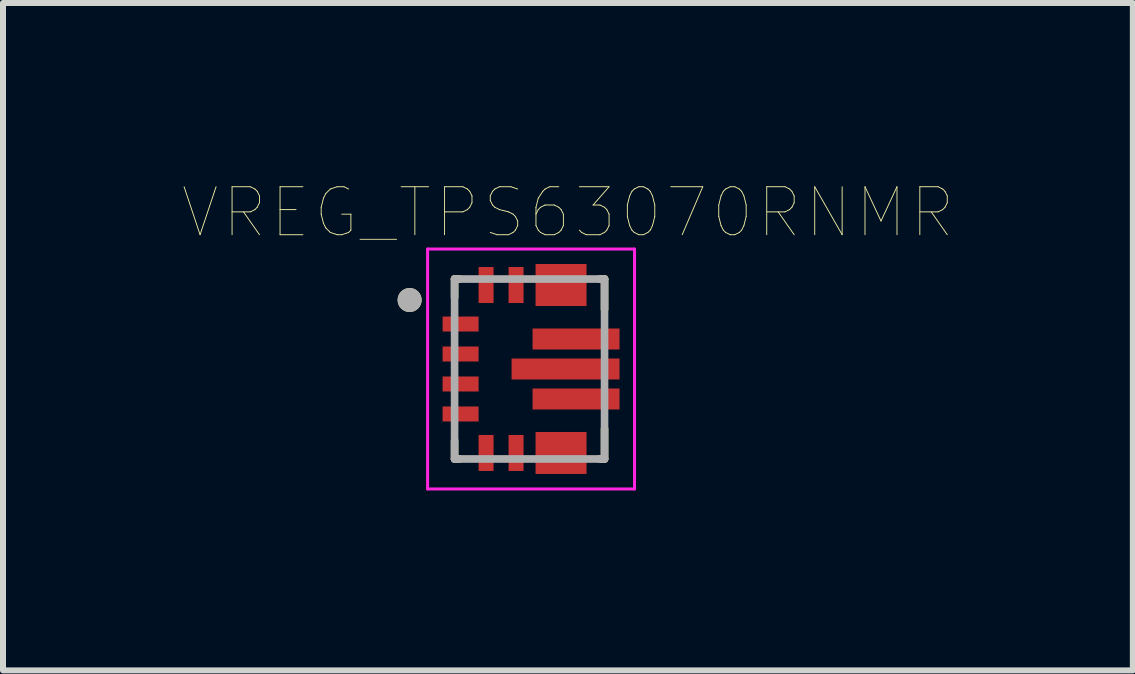
<source format=kicad_pcb>
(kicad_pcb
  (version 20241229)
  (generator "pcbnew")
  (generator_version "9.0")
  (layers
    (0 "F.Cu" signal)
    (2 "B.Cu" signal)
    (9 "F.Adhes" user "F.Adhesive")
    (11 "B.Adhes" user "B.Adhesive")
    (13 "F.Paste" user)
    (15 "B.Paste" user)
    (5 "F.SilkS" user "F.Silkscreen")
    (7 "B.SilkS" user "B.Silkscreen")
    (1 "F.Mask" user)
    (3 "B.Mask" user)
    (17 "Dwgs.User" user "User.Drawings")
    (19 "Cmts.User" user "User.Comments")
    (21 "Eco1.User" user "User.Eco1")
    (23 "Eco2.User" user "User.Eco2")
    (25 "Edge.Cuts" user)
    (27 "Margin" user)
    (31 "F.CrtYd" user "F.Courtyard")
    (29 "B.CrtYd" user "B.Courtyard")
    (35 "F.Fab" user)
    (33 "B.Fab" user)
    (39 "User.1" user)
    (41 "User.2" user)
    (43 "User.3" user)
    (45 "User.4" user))
  (footprint "VREG_TPS63070RNMR"
    (layer "F.Cu")
    (at 5.779 3.102)
    (property "Reference" "VREG_TPS63070RNMR" (at 0.64 -2.608 0) (layer "F.SilkS") (effects (font (size 0.8 0.8) (thickness 0.015))))
    (attr through_hole)
    (fp_poly (pts (xy -1.5 -0.925) (xy -0.8 -0.925) (xy -0.8 -0.575) (xy -1.5 -0.575)) (stroke (width 0.01) (type solid)) (fill yes) (layer "F.Mask"))
    (fp_poly (pts (xy -1.5 -0.425) (xy -0.8 -0.425) (xy -0.8 -0.075) (xy -1.5 -0.075)) (stroke (width 0.01) (type solid)) (fill yes) (layer "F.Mask"))
    (fp_poly (pts (xy -1.5 0.075) (xy -0.8 0.075) (xy -0.8 0.425) (xy -1.5 0.425)) (stroke (width 0.01) (type solid)) (fill yes) (layer "F.Mask"))
    (fp_poly (pts (xy -1.5 0.575) (xy -0.8 0.575) (xy -0.8 0.925) (xy -1.5 0.925)) (stroke (width 0.01) (type solid)) (fill yes) (layer "F.Mask"))
    (fp_poly (pts (xy -0.9 -1.75) (xy -0.55 -1.75) (xy -0.55 -1.05) (xy -0.9 -1.05)) (stroke (width 0.01) (type solid)) (fill yes) (layer "F.Mask"))
    (fp_poly (pts (xy -0.9 1.05) (xy -0.55 1.05) (xy -0.55 1.75) (xy -0.9 1.75)) (stroke (width 0.01) (type solid)) (fill yes) (layer "F.Mask"))
    (fp_poly (pts (xy -0.4 -1.75) (xy -0.05 -1.75) (xy -0.05 -1.05) (xy -0.4 -1.05)) (stroke (width 0.01) (type solid)) (fill yes) (layer "F.Mask"))
    (fp_poly (pts (xy -0.4 1.05) (xy -0.05 1.05) (xy -0.05 1.75) (xy -0.4 1.75)) (stroke (width 0.01) (type solid)) (fill yes) (layer "F.Mask"))
    (fp_poly (pts (xy -0.25 -0.125) (xy 1.45 -0.125) (xy 1.45 0.125) (xy -0.25 0.125)) (stroke (width 0.01) (type solid)) (fill yes) (layer "F.Mask"))
    (fp_poly (pts (xy 0.1 -0.625) (xy 1.45 -0.625) (xy 1.45 -0.375) (xy 0.1 -0.375)) (stroke (width 0.01) (type solid)) (fill yes) (layer "F.Mask"))
    (fp_poly (pts (xy 0.1 0.375) (xy 1.45 0.375) (xy 1.45 0.625) (xy 0.1 0.625)) (stroke (width 0.01) (type solid)) (fill yes) (layer "F.Mask"))
    (fp_poly (pts (xy 0.15 1.1) (xy 0.9 1.1) (xy 0.9 1.7) (xy 0.65 1.7) (xy 0.65 1.35) (xy 0.4 1.35) (xy 0.4 1.7) (xy 0.15 1.7)) (stroke (width 0.01) (type solid)) (fill yes) (layer "F.Mask"))
    (fp_poly (pts (xy 0.9 -1.1) (xy 0.15 -1.1) (xy 0.15 -1.7) (xy 0.4 -1.7) (xy 0.4 -1.35) (xy 0.65 -1.35) (xy 0.65 -1.7) (xy 0.9 -1.7)) (stroke (width 0.01) (type solid)) (fill yes) (layer "F.Mask"))
    (fp_line (start -1.25 -1.5) (end -1.25 -1.195) (stroke (width 0.127) (type solid)) (layer "F.SilkS"))
    (fp_line (start -1.25 1.5) (end -1.25 1.195) (stroke (width 0.127) (type solid)) (layer "F.SilkS"))
    (fp_line (start -1.17 -1.5) (end -1.25 -1.5) (stroke (width 0.127) (type solid)) (layer "F.SilkS"))
    (fp_line (start -1.17 1.5) (end -1.25 1.5) (stroke (width 0.127) (type solid)) (layer "F.SilkS"))
    (fp_line (start 1.17 -1.5) (end 1.25 -1.5) (stroke (width 0.127) (type solid)) (layer "F.SilkS"))
    (fp_line (start 1.25 -1.5) (end 1.25 -0.995) (stroke (width 0.127) (type solid)) (layer "F.SilkS"))
    (fp_line (start 1.25 0.995) (end 1.25 1.5) (stroke (width 0.127) (type solid)) (layer "F.SilkS"))
    (fp_line (start 1.25 1.5) (end 1.17 1.5) (stroke (width 0.127) (type solid)) (layer "F.SilkS"))
    (fp_circle (center -2 -1.15) (end -1.9 -1.15) (stroke (width 0.2) (type solid)) (fill no) (layer "F.SilkS"))
    (fp_poly (pts (xy -0.22 -0.125) (xy 0.5 -0.125) (xy 0.5 0.125) (xy -0.22 0.125)) (stroke (width 0.01) (type solid)) (fill yes) (layer "F.Paste"))
    (fp_poly (pts (xy 0.101 -0.625) (xy 0.675 -0.625) (xy 0.675 -0.375) (xy 0.101 -0.375)) (stroke (width 0.01) (type solid)) (fill yes) (layer "F.Paste"))
    (fp_poly (pts (xy 0.101 0.375) (xy 0.675 0.375) (xy 0.675 0.625) (xy 0.101 0.625)) (stroke (width 0.01) (type solid)) (fill yes) (layer "F.Paste"))
    (fp_poly (pts (xy 0.7 -0.125) (xy 1.42 -0.125) (xy 1.42 0.125) (xy 0.7 0.125)) (stroke (width 0.01) (type solid)) (fill yes) (layer "F.Paste"))
    (fp_poly (pts (xy 0.875 -0.625) (xy 1.45 -0.625) (xy 1.45 -0.375) (xy 0.875 -0.375)) (stroke (width 0.01) (type solid)) (fill yes) (layer "F.Paste"))
    (fp_poly (pts (xy 0.875 0.375) (xy 1.45 0.375) (xy 1.45 0.625) (xy 0.875 0.625)) (stroke (width 0.01) (type solid)) (fill yes) (layer "F.Paste"))
    (fp_poly (pts (xy 0.15 1.1) (xy 0.9 1.1) (xy 0.9 1.7) (xy 0.65 1.7) (xy 0.65 1.35) (xy 0.4 1.35) (xy 0.4 1.7) (xy 0.15 1.7)) (stroke (width 0.01) (type solid)) (fill yes) (layer "F.Paste"))
    (fp_poly (pts (xy 0.9 -1.1) (xy 0.15 -1.1) (xy 0.15 -1.7) (xy 0.4 -1.7) (xy 0.4 -1.35) (xy 0.65 -1.35) (xy 0.65 -1.7) (xy 0.9 -1.7)) (stroke (width 0.01) (type solid)) (fill yes) (layer "F.Paste"))
    (fp_line (start -1.7 -2) (end 1.75 -2) (stroke (width 0.05) (type solid)) (layer "F.CrtYd"))
    (fp_line (start -1.7 2) (end -1.7 -2) (stroke (width 0.05) (type solid)) (layer "F.CrtYd"))
    (fp_line (start 1.75 -2) (end 1.75 2) (stroke (width 0.05) (type solid)) (layer "F.CrtYd"))
    (fp_line (start 1.75 2) (end -1.7 2) (stroke (width 0.05) (type solid)) (layer "F.CrtYd"))
    (fp_line (start -1.25 -1.5) (end 1.25 -1.5) (stroke (width 0.127) (type solid)) (layer "F.Fab"))
    (fp_line (start -1.25 1.5) (end -1.25 -1.5) (stroke (width 0.127) (type solid)) (layer "F.Fab"))
    (fp_line (start 1.25 -1.5) (end 1.25 1.5) (stroke (width 0.127) (type solid)) (layer "F.Fab"))
    (fp_line (start 1.25 1.5) (end -1.25 1.5) (stroke (width 0.127) (type solid)) (layer "F.Fab"))
    (fp_circle (center -2 -1.15) (end -1.9 -1.15) (stroke (width 0.2) (type solid)) (fill no) (layer "F.Fab"))
    (pad "1" smd rect (at -1.15 -0.75) (size 0.6 0.25) (layers "F.Cu" "F.Paste"))
    (pad "2" smd rect (at -1.15 -0.25) (size 0.6 0.25) (layers "F.Cu" "F.Paste"))
    (pad "3" smd rect (at -1.15 0.25) (size 0.6 0.25) (layers "F.Cu" "F.Paste"))
    (pad "4" smd rect (at -1.15 0.75) (size 0.6 0.25) (layers "F.Cu" "F.Paste"))
    (pad "5" smd rect (at -0.725 1.4) (size 0.25 0.6) (layers "F.Cu" "F.Paste"))
    (pad "6" smd rect (at -0.225 1.4) (size 0.25 0.6) (layers "F.Cu" "F.Paste"))
    (pad "7_8" smd rect (at 0.525 1.4) (size 0.85 0.7) (layers "F.Cu"))
    (pad "9" smd rect (at 0.775 0.5) (size 1.45 0.35) (layers "F.Cu"))
    (pad "10" smd rect (at 0.6 0) (size 1.8 0.35) (layers "F.Cu"))
    (pad "11" smd rect (at 0.775 -0.5) (size 1.45 0.35) (layers "F.Cu"))
    (pad "12_13" smd rect (at 0.525 -1.4) (size 0.85 0.7) (layers "F.Cu"))
    (pad "14" smd rect (at -0.225 -1.4) (size 0.25 0.6) (layers "F.Cu" "F.Paste"))
    (pad "15" smd rect (at -0.725 -1.4) (size 0.25 0.6) (layers "F.Cu" "F.Paste")))
  (gr_rect
    (start -3 -3)
    (end 15.837 8.127)
    (stroke (width 0.1) (type default))
    (fill no)
    (layer "Edge.Cuts")))
</source>
